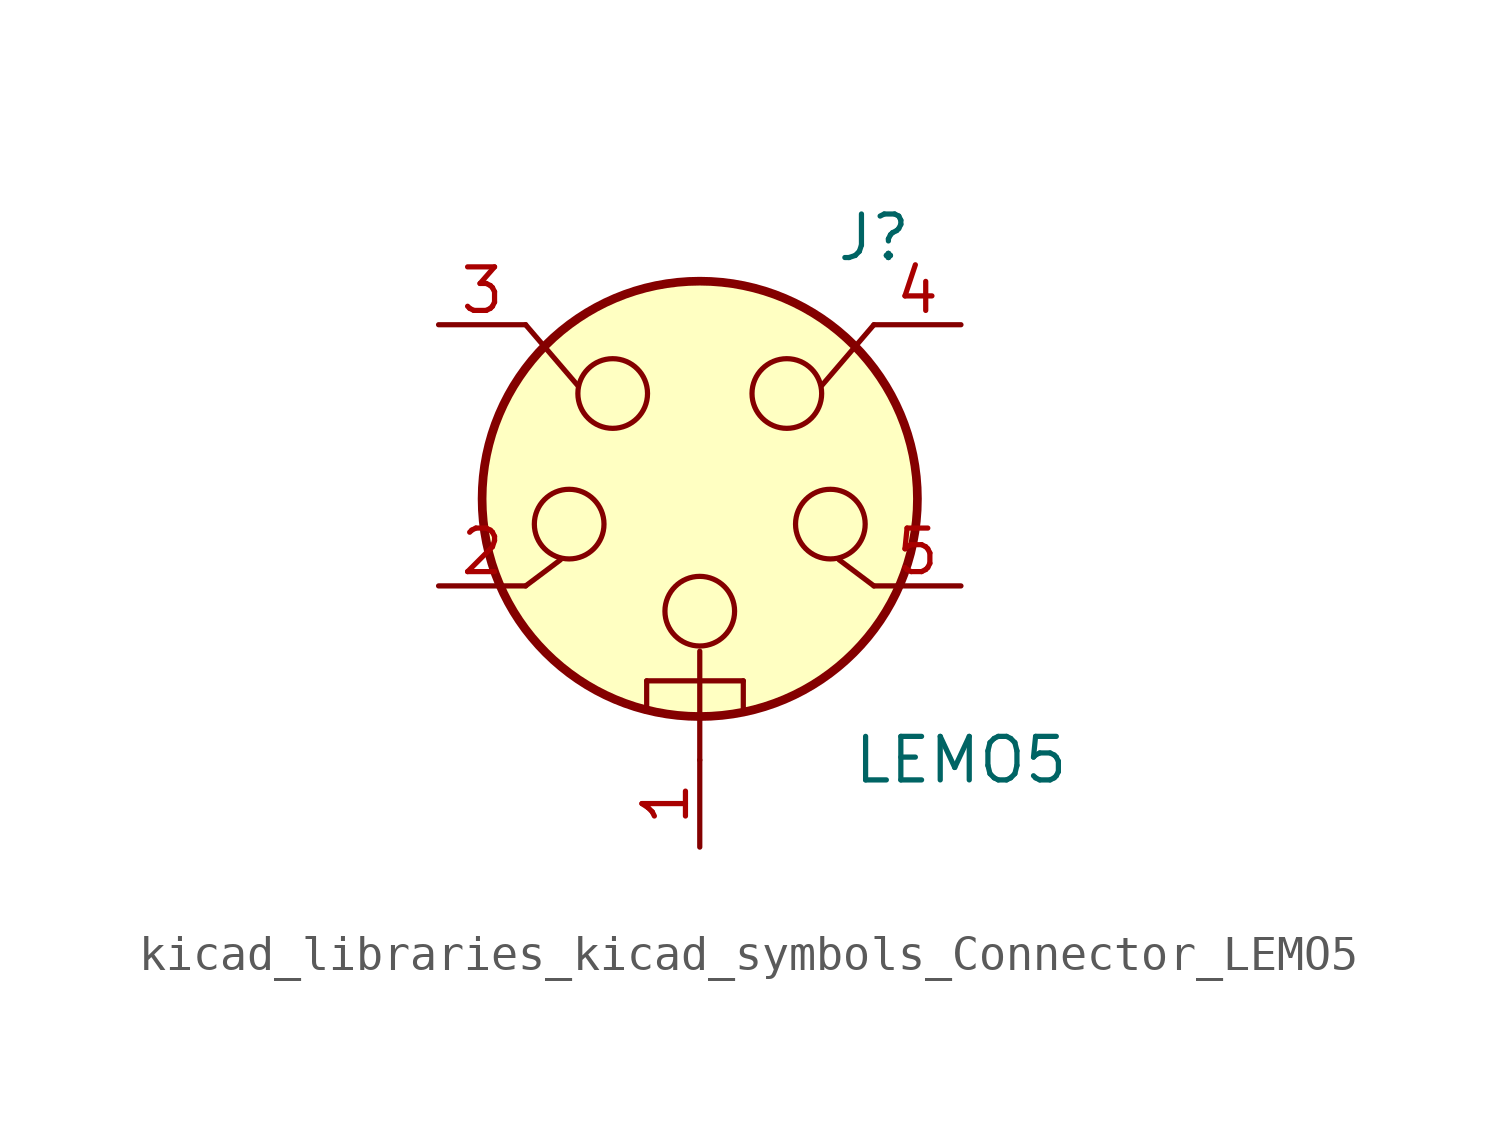
<source format=kicad_sym>
(kicad_symbol_lib
  (version 20220914)
  (generator kicad_symbol_editor)
  (symbol "kicad_libraries_kicad_symbols_Connector_LEMO5"
    (pin_names
      (offset 1.016) hide)
    (property "Reference" "J"
      (at 5.08 7.62 0)
      (effects (font (size 1.27 1.27))))
    (property "Value" "LEMO5"
      (at 7.62 -7.62 0)
      (effects (font (size 1.27 1.27))))
    (symbol "kicad_libraries_kicad_symbols_Connector_LEMO5_0_1"
      (circle (center -3.81 -0.737) (radius 1.016) (stroke (width 0) (type default)) (fill (type none)))
      (circle (center -2.54 3.073) (radius 1.016) (stroke (width 0) (type default)) (fill (type none)))
      (circle (center 0 -3.277) (radius 1.016) (stroke (width 0) (type default)) (fill (type none)))
      (polyline (pts (xy -5.08 -2.54) (xy -4.064 -1.778)) (stroke (width 0) (type default)) (fill (type none)))
      (polyline (pts (xy -5.08 5.08) (xy -3.556 3.302)) (stroke (width 0) (type default)) (fill (type none)))
      (polyline (pts (xy -1.549 -6.096) (xy -1.549 -5.309)) (stroke (width 0) (type default)) (fill (type none)))
      (polyline (pts (xy -1.549 -5.309) (xy 1.27 -5.309)) (stroke (width 0) (type default)) (fill (type none)))
      (polyline (pts (xy 0 -7.62) (xy 0 -4.445)) (stroke (width 0) (type default)) (fill (type none)))
      (polyline (pts (xy 1.27 -5.309) (xy 1.27 -6.096)) (stroke (width 0) (type default)) (fill (type none)))
      (polyline (pts (xy 5.08 -2.54) (xy 4.064 -1.778)) (stroke (width 0) (type default)) (fill (type none)))
      (polyline (pts (xy 5.08 5.08) (xy 3.556 3.302)) (stroke (width 0) (type default)) (fill (type none)))
      (circle (center 0 0) (radius 6.35) (stroke (width 0.254) (type default)) (fill (type background)))
      (circle (center 2.54 3.073) (radius 1.016) (stroke (width 0) (type default)) (fill (type none)))
      (circle (center 3.81 -0.737) (radius 1.016) (stroke (width 0) (type default)) (fill (type none))))
    (symbol "kicad_libraries_kicad_symbols_Connector_LEMO5_1_1"
      (pin passive line (at 0 -10.16 90) (length 2.54) (name "~" (effects (font (size 1.27 1.27)))) (number "1" (effects (font (size 1.27 1.27)))))
      (pin passive line (at -7.62 -2.54 0) (length 2.54) (name "~" (effects (font (size 1.27 1.27)))) (number "2" (effects (font (size 1.27 1.27)))))
      (pin passive line (at -7.62 5.08 0) (length 2.54) (name "~" (effects (font (size 1.27 1.27)))) (number "3" (effects (font (size 1.27 1.27)))))
      (pin passive line (at 7.62 5.08 180) (length 2.54) (name "~" (effects (font (size 1.27 1.27)))) (number "4" (effects (font (size 1.27 1.27)))))
      (pin passive line (at 7.62 -2.54 180) (length 2.54) (name "~" (effects (font (size 1.27 1.27)))) (number "5" (effects (font (size 1.27 1.27))))))))
</source>
